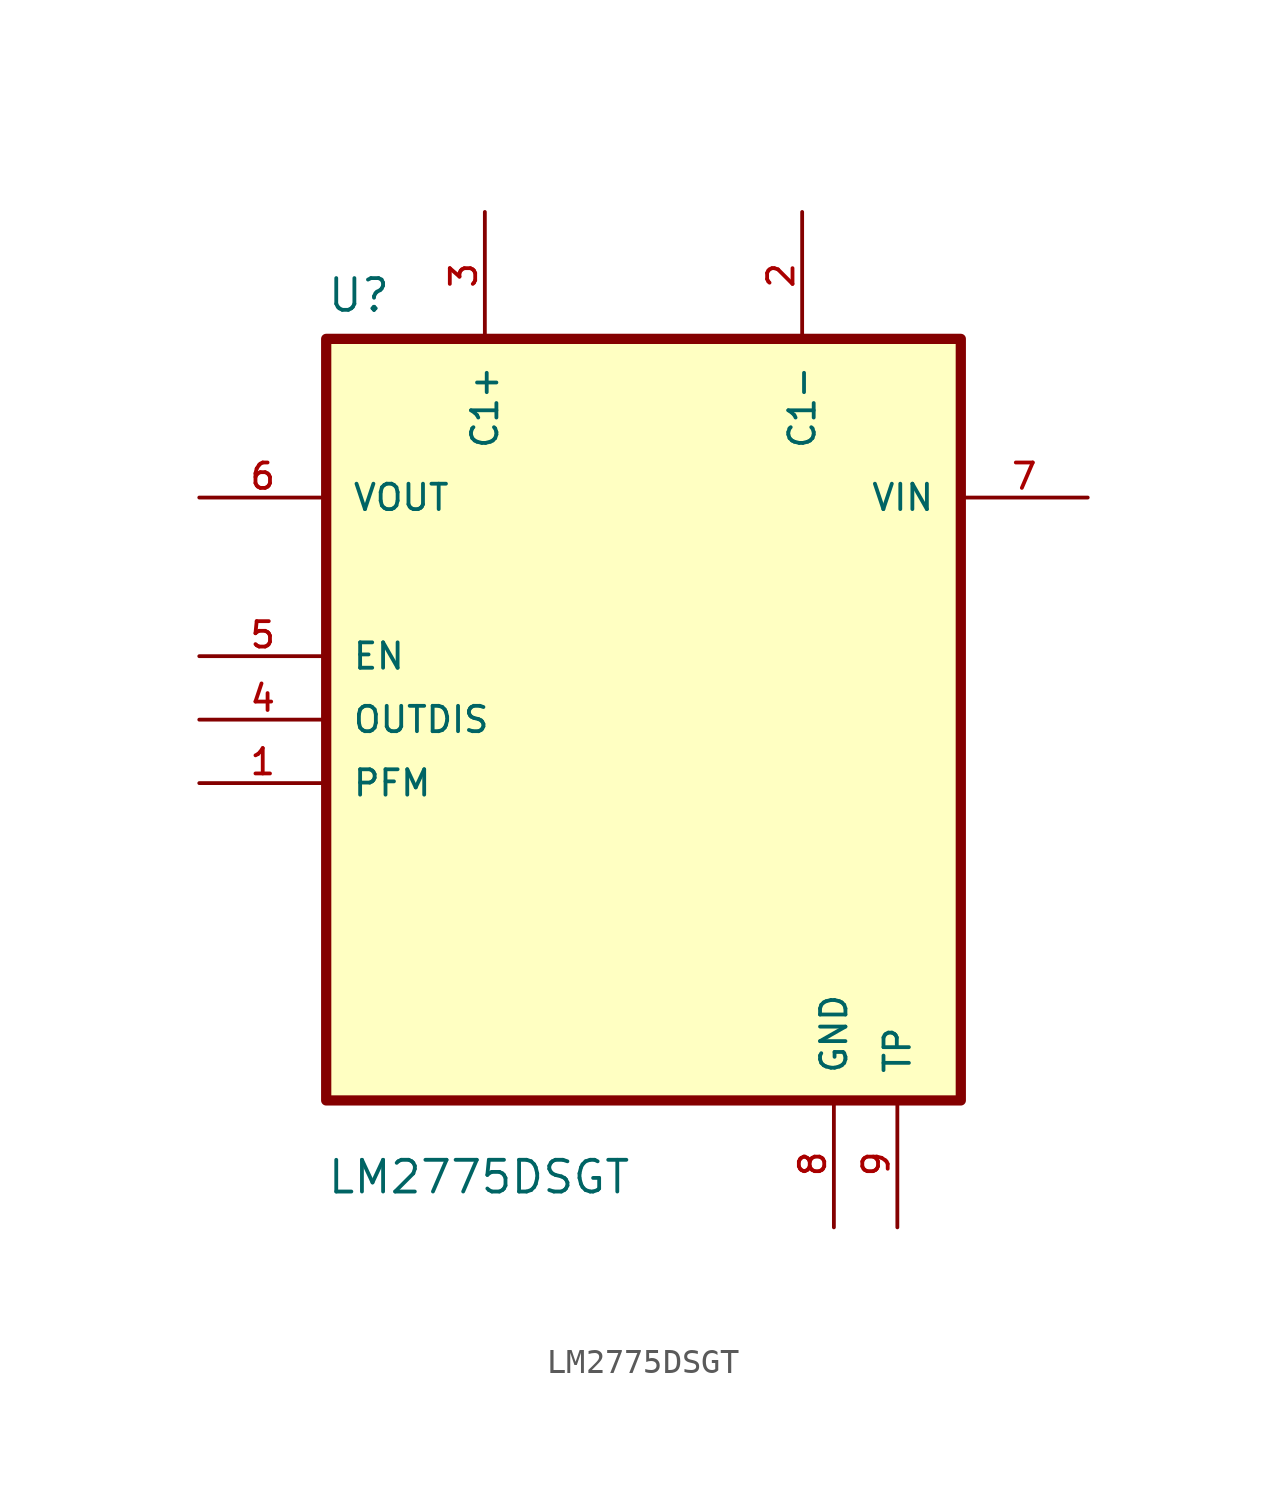
<source format=kicad_sym>
(kicad_symbol_lib
  (version 20220914)
  (generator kicad_symbol_editor)
  (symbol "LM2775DSGT"
    (pin_names
      (offset 1.016))
    (property "Reference" "U"
      (at -12.7 16.24 0)
      (effects (font (size 1.27 1.27)) (justify left bottom)))
    (property "Value" "LM2775DSGT"
      (at -12.7 -19.05 0)
      (effects (font (size 1.27 1.27)) (justify left bottom)))
    (symbol "LM2775DSGT_0_0"
      (rectangle (start -12.7 15.24) (end 12.7 -15.24) (stroke (width 0.41) (type default)) (fill (type background)))
      (pin input line (at -17.78 -2.54 0) (length 5.08) (name "PFM" (effects (font (size 1.016 1.016)))) (number "1" (effects (font (size 1.016 1.016)))))
      (pin input line (at -17.78 0 0) (length 5.08) (name "OUTDIS" (effects (font (size 1.016 1.016)))) (number "4" (effects (font (size 1.016 1.016)))))
      (pin input line (at -17.78 2.54 0) (length 5.08) (name "EN" (effects (font (size 1.016 1.016)))) (number "5" (effects (font (size 1.016 1.016)))))
      (pin power_in line (at 7.62 -20.32 90) (length 5.08) (name "GND" (effects (font (size 1.016 1.016)))) (number "8" (effects (font (size 1.016 1.016)))))
      (pin power_in line (at 10.16 -20.32 90) (length 5.08) (name "TP" (effects (font (size 1.016 1.016)))) (number "9" (effects (font (size 1.016 1.016))))))
    (symbol "LM2775DSGT_1_0"
      (pin passive line (at 6.35 20.32 270) (length 5.08) (name "C1-" (effects (font (size 1.016 1.016)))) (number "2" (effects (font (size 1.016 1.016)))))
      (pin passive line (at -6.35 20.32 270) (length 5.08) (name "C1+" (effects (font (size 1.016 1.016)))) (number "3" (effects (font (size 1.016 1.016)))))
      (pin passive line (at -17.78 8.89 0) (length 5.08) (name "VOUT" (effects (font (size 1.016 1.016)))) (number "6" (effects (font (size 1.016 1.016)))))
      (pin passive line (at 17.78 8.89 180) (length 5.08) (name "VIN" (effects (font (size 1.016 1.016)))) (number "7" (effects (font (size 1.016 1.016))))))))
</source>
